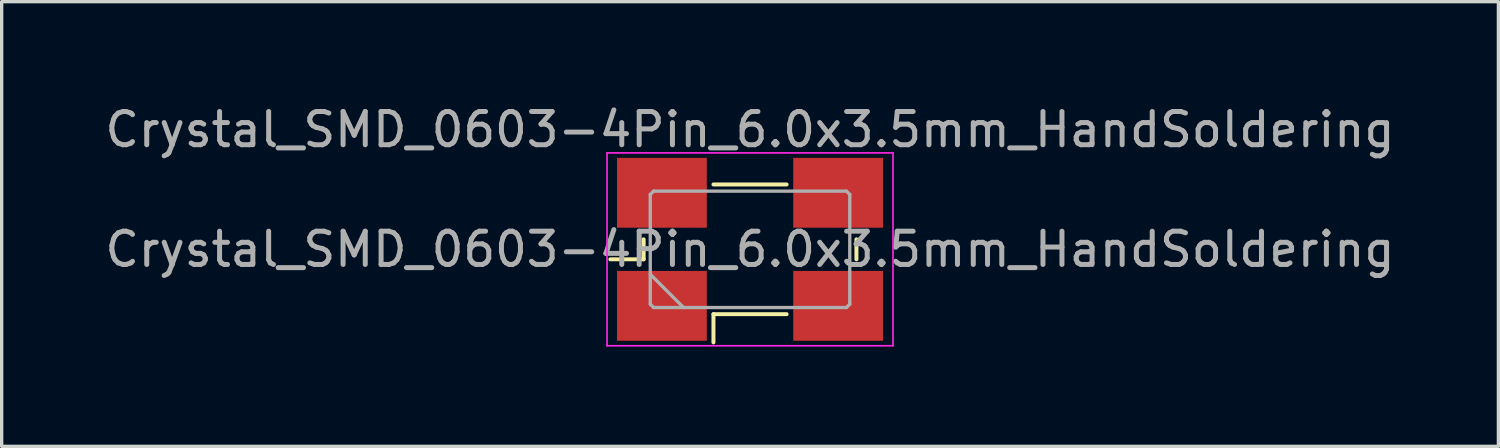
<source format=kicad_pcb>
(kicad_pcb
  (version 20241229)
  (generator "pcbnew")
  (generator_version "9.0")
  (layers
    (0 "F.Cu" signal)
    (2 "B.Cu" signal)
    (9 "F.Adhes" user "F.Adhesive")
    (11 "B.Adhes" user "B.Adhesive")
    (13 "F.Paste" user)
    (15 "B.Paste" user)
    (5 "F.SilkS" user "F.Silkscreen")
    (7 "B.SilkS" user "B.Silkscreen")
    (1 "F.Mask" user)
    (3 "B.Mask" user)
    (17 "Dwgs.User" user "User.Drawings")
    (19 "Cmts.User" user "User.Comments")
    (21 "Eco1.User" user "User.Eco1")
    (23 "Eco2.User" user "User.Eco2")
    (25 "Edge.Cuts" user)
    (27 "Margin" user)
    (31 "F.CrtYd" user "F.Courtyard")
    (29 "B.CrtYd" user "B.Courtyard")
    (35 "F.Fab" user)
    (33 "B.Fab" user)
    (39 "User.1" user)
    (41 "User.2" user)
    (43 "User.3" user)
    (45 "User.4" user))
  (footprint "Crystal_SMD_0603-4Pin_6.0x3.5mm_HandSoldering"
    (layer "F.Cu")
    (at 19.506 4.448)
    (property "Reference" "Crystal_SMD_0603-4Pin_6.0x3.5mm_HandSoldering" (at 0 -3.6 180) (layer "F.Fab") (effects (font (size 1 1) (thickness 0.15))))
    (attr smd)
    (fp_line (start -4.2 0.3) (end -3.2 0.3) (stroke (width 0.12) (type solid)) (layer "F.SilkS"))
    (fp_line (start -3.2 0.3) (end -3.2 -0.3) (stroke (width 0.12) (type solid)) (layer "F.SilkS"))
    (fp_line (start -1.1 -1.95) (end 1.1 -1.95) (stroke (width 0.12) (type solid)) (layer "F.SilkS"))
    (fp_line (start -1.1 1.95) (end -1.1 2.8) (stroke (width 0.12) (type solid)) (layer "F.SilkS"))
    (fp_line (start 1.1 1.95) (end -1.1 1.95) (stroke (width 0.12) (type solid)) (layer "F.SilkS"))
    (fp_line (start 3.2 -0.3) (end 3.2 0.3) (stroke (width 0.12) (type solid)) (layer "F.SilkS"))
    (fp_line (start -4.3 -2.9) (end -4.3 2.9) (stroke (width 0.05) (type solid)) (layer "F.CrtYd"))
    (fp_line (start -4.3 2.9) (end 4.3 2.9) (stroke (width 0.05) (type solid)) (layer "F.CrtYd"))
    (fp_line (start 4.3 -2.9) (end -4.3 -2.9) (stroke (width 0.05) (type solid)) (layer "F.CrtYd"))
    (fp_line (start 4.3 2.9) (end 4.3 -2.9) (stroke (width 0.05) (type solid)) (layer "F.CrtYd"))
    (fp_line (start -3 -1.65) (end -2.9 -1.75) (stroke (width 0.1) (type solid)) (layer "F.Fab"))
    (fp_line (start -3 0.75) (end -2 1.75) (stroke (width 0.1) (type solid)) (layer "F.Fab"))
    (fp_line (start -3 1.65) (end -3 -1.65) (stroke (width 0.1) (type solid)) (layer "F.Fab"))
    (fp_line (start -2.9 -1.75) (end 2.9 -1.75) (stroke (width 0.1) (type solid)) (layer "F.Fab"))
    (fp_line (start -2.9 1.75) (end -3 1.65) (stroke (width 0.1) (type solid)) (layer "F.Fab"))
    (fp_line (start 2.9 -1.75) (end 3 -1.65) (stroke (width 0.1) (type solid)) (layer "F.Fab"))
    (fp_line (start 2.9 1.75) (end -2.9 1.75) (stroke (width 0.1) (type solid)) (layer "F.Fab"))
    (fp_line (start 3 -1.65) (end 3 1.65) (stroke (width 0.1) (type solid)) (layer "F.Fab"))
    (fp_line (start 3 1.65) (end 2.9 1.75) (stroke (width 0.1) (type solid)) (layer "F.Fab"))
    (fp_text user "${REFERENCE}" (at 0 0 180) (layer "F.Fab") (effects (font (size 1 1) (thickness 0.15))))
    (pad "1" smd rect (at -2.65 1.7) (size 2.7 2.1) (layers "F.Cu" "F.Mask" "F.Paste"))
    (pad "2" smd rect (at 2.65 1.7) (size 2.7 2.1) (layers "F.Cu" "F.Mask" "F.Paste"))
    (pad "3" smd rect (at 2.65 -1.7) (size 2.7 2.1) (layers "F.Cu" "F.Mask" "F.Paste"))
    (pad "4" smd rect (at -2.65 -1.7) (size 2.7 2.1) (layers "F.Cu" "F.Mask" "F.Paste")))
  (gr_rect
    (start -3 -3)
    (end 42.012 10.373)
    (stroke (width 0.1) (type default))
    (fill no)
    (layer "Edge.Cuts")))
</source>
